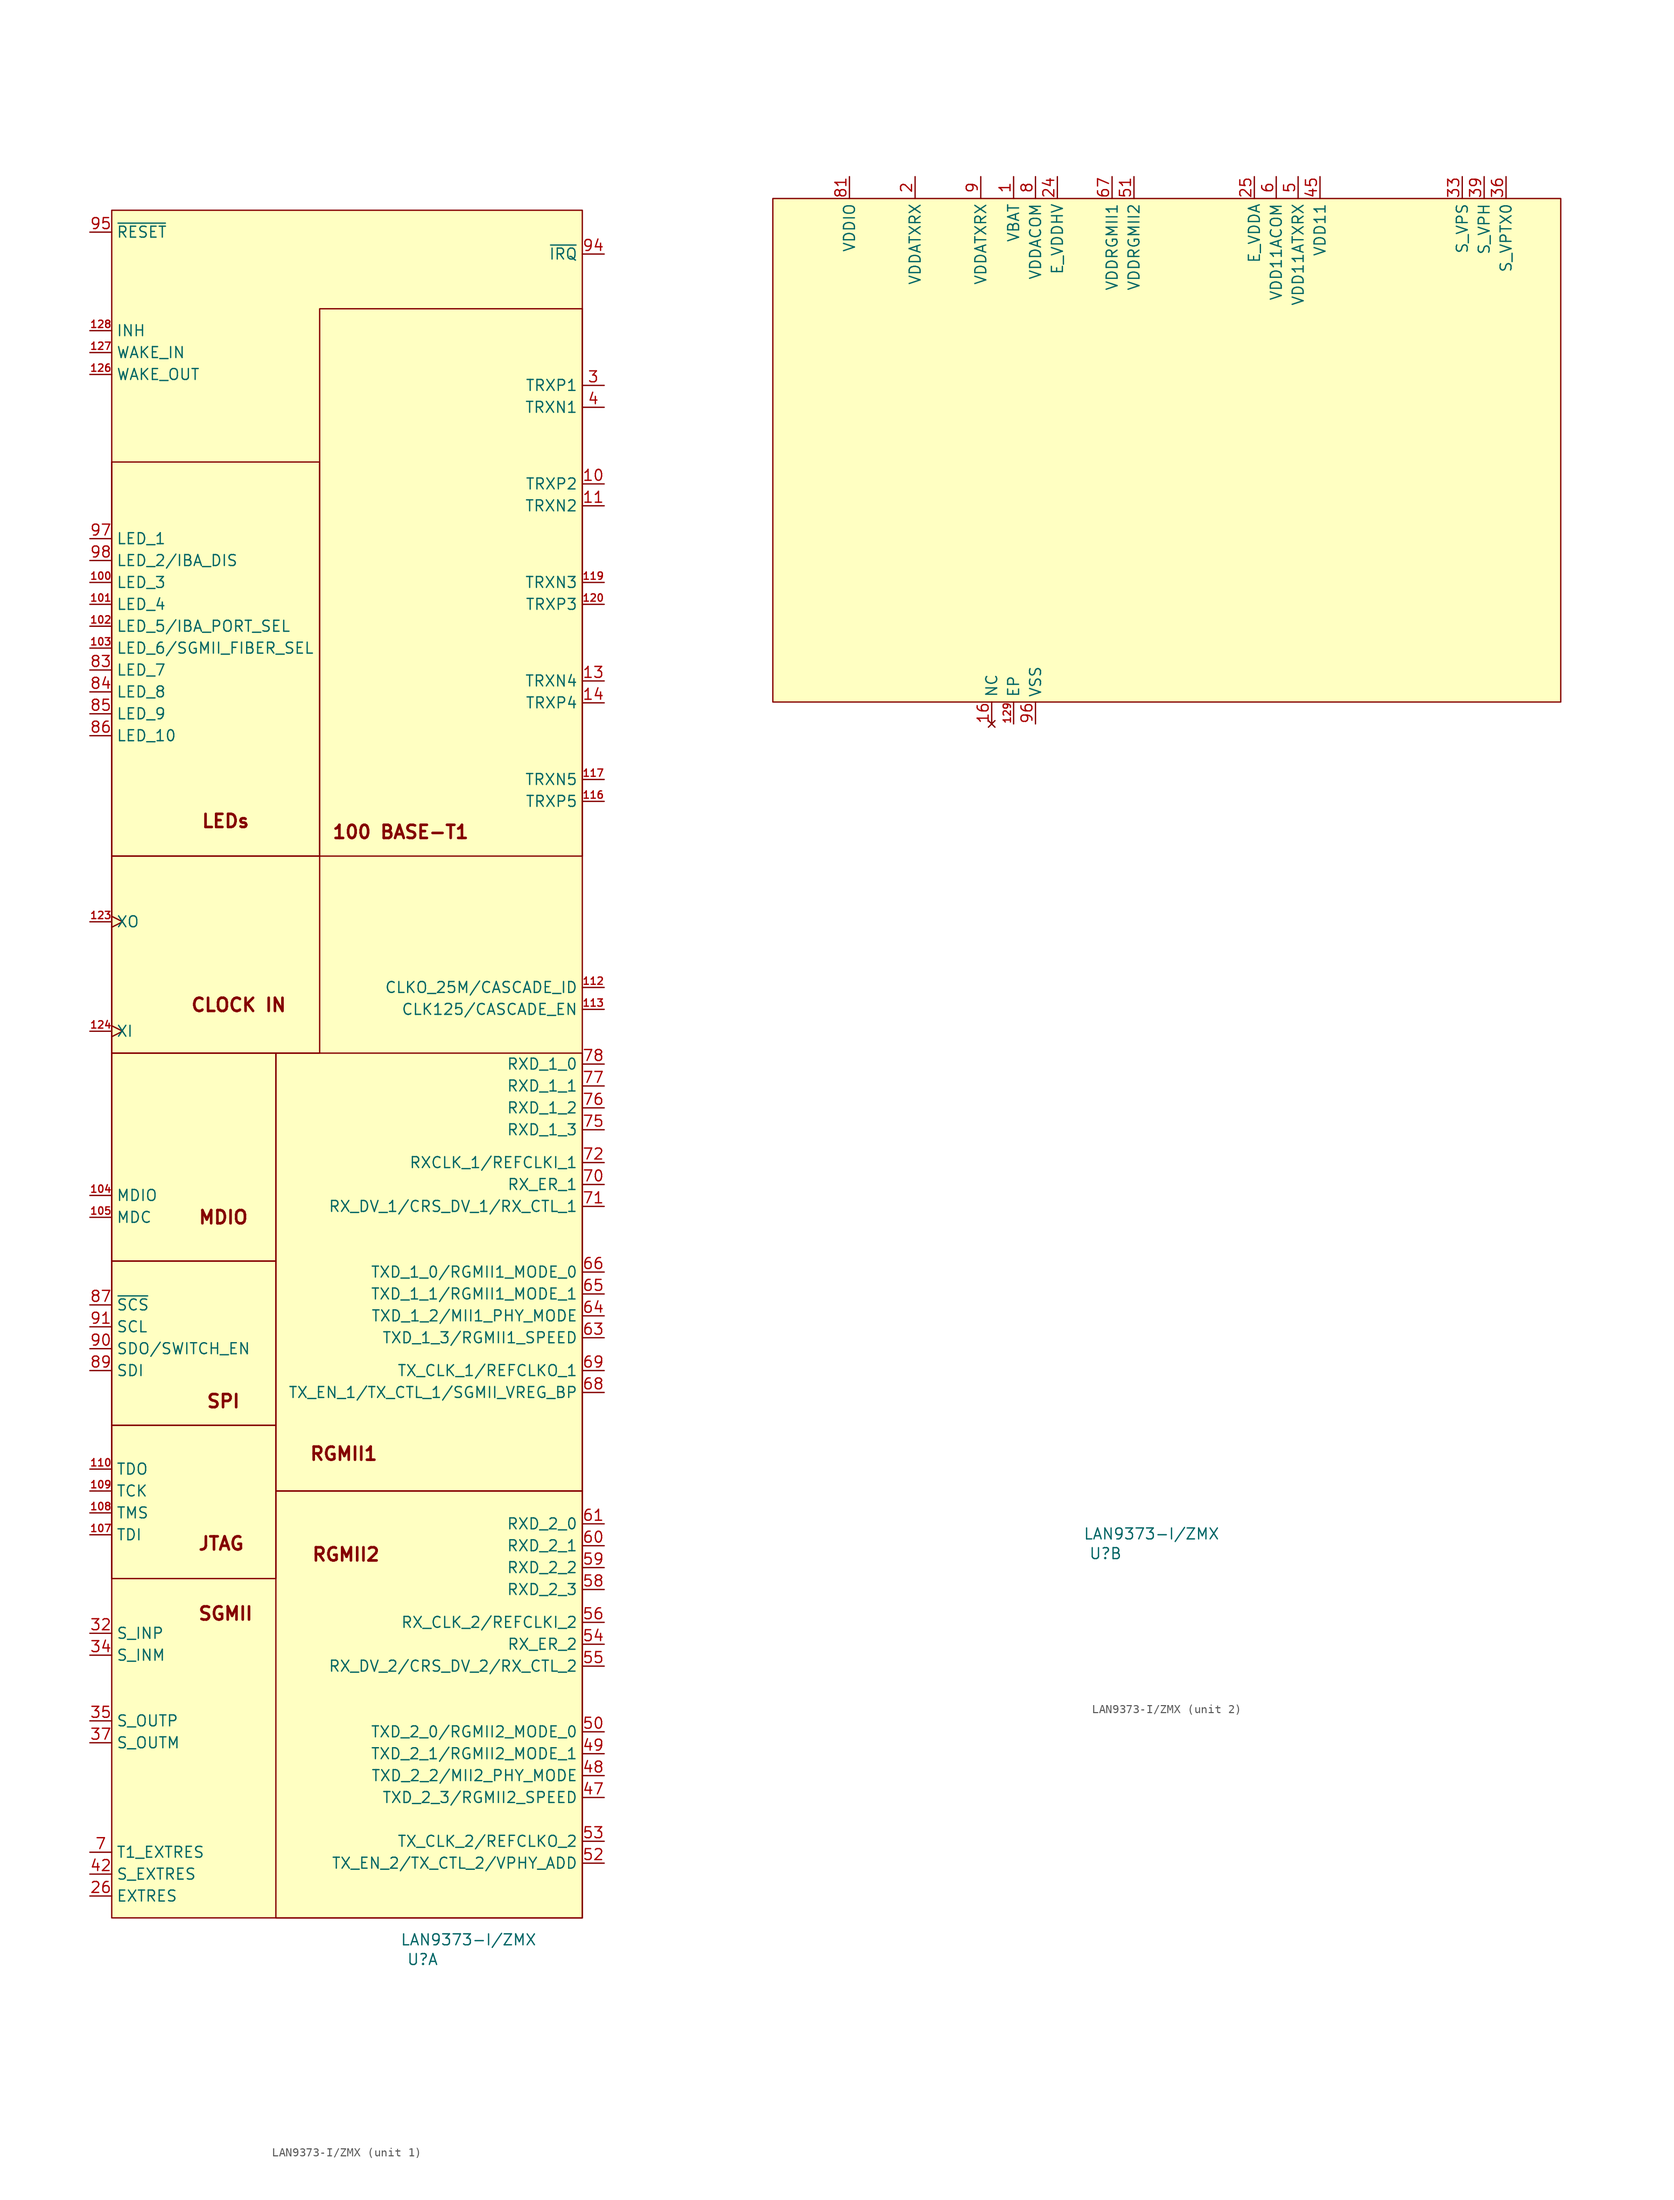
<source format=kicad_sym>
(kicad_symbol_lib
  (version 20241209)
  (generator "kicad_symbol_editor")
  (generator_version "9.0")
  (symbol "LAN9373-I/ZMX"
    (property "Reference" "U"
      (at 11.938 -135.636 0)
      (effects (font (size 1.27 1.27))))
    (property "Value" "LAN9373-I/ZMX"
      (at 17.272 -133.35 0)
      (effects (font (size 1.27 1.27))))
    (property "ki_locked" ""
      (at 0 0 0)
      (effects (font (size 1.27 1.27))))
    (symbol "LAN9373-I/ZMX_1_0"
      (rectangle (start -24.13 67.31) (end 30.48 -130.81) (stroke (width 0) (type solid)) (fill (type background)))
      (rectangle (start -24.13 38.1) (end 0 -7.62) (stroke (width 0) (type default)) (fill (type none)))
      (rectangle (start -24.13 -30.48) (end -5.08 -54.61) (stroke (width 0) (type default)) (fill (type none)))
      (rectangle (start -24.13 -54.61) (end -5.08 -73.66) (stroke (width 0) (type default)) (fill (type none)))
      (rectangle (start -24.13 -73.66) (end -24.13 -73.66) (stroke (width 0) (type default)) (fill (type none)))
      (rectangle (start -24.13 -73.66) (end -5.08 -91.44) (stroke (width 0) (type default)) (fill (type none)))
      (rectangle (start -5.08 -81.28) (end 30.48 -130.81) (stroke (width 0) (type default)) (fill (type none)))
      (rectangle (start 0 -7.62) (end -24.13 -30.48) (stroke (width 0) (type default)) (fill (type none)))
      (rectangle (start 30.48 55.88) (end 0 -7.62) (stroke (width 0) (type default)) (fill (type none)))
      (rectangle (start 30.48 -81.28) (end -5.08 -30.48) (stroke (width 0) (type default)) (fill (type none)))
      (pin input line (at -26.67 64.77 0) (length 2.54) (name "~{RESET}" (effects (font (size 1.27 1.27)))) (number "95" (effects (font (size 1.27 1.27)))))
      (pin output line (at -26.67 53.34 0) (length 2.54) (name "INH" (effects (font (size 1.27 1.27)))) (number "128" (effects (font (size 0.847 0.847)))))
      (pin input line (at -26.67 50.8 0) (length 2.54) (name "WAKE_IN" (effects (font (size 1.27 1.27)))) (number "127" (effects (font (size 0.847 0.847)))))
      (pin output line (at -26.67 48.26 0) (length 2.54) (name "WAKE_OUT" (effects (font (size 1.27 1.27)))) (number "126" (effects (font (size 0.847 0.847)))))
      (pin bidirectional line (at -26.67 29.21 0) (length 2.54) (name "LED_1" (effects (font (size 1.27 1.27)))) (number "97" (effects (font (size 1.27 1.27)))))
      (pin bidirectional line (at -26.67 26.67 0) (length 2.54) (name "LED_2/IBA_DIS" (effects (font (size 1.27 1.27)))) (number "98" (effects (font (size 1.27 1.27)))))
      (pin bidirectional line (at -26.67 24.13 0) (length 2.54) (name "LED_3" (effects (font (size 1.27 1.27)))) (number "100" (effects (font (size 0.847 0.847)))))
      (pin bidirectional line (at -26.67 21.59 0) (length 2.54) (name "LED_4" (effects (font (size 1.27 1.27)))) (number "101" (effects (font (size 0.847 0.847)))))
      (pin bidirectional line (at -26.67 19.05 0) (length 2.54) (name "LED_5/IBA_PORT_SEL" (effects (font (size 1.27 1.27)))) (number "102" (effects (font (size 0.847 0.847)))))
      (pin bidirectional line (at -26.67 16.51 0) (length 2.54) (name "LED_6/SGMII_FIBER_SEL" (effects (font (size 1.27 1.27)))) (number "103" (effects (font (size 0.847 0.847)))))
      (pin bidirectional line (at -26.67 13.97 0) (length 2.54) (name "LED_7" (effects (font (size 1.27 1.27)))) (number "83" (effects (font (size 1.27 1.27)))))
      (pin bidirectional line (at -26.67 11.43 0) (length 2.54) (name "LED_8" (effects (font (size 1.27 1.27)))) (number "84" (effects (font (size 1.27 1.27)))))
      (pin bidirectional line (at -26.67 8.89 0) (length 2.54) (name "LED_9" (effects (font (size 1.27 1.27)))) (number "85" (effects (font (size 1.27 1.27)))))
      (pin bidirectional line (at -26.67 6.35 0) (length 2.54) (name "LED_10" (effects (font (size 1.27 1.27)))) (number "86" (effects (font (size 1.27 1.27)))))
      (pin output clock (at -26.67 -15.24 0) (length 2.54) (name "XO" (effects (font (size 1.27 1.27)))) (number "123" (effects (font (size 0.847 0.847)))))
      (pin input clock (at -26.67 -27.94 0) (length 2.54) (name "XI" (effects (font (size 1.27 1.27)))) (number "124" (effects (font (size 0.847 0.847)))))
      (pin bidirectional line (at -26.67 -46.99 0) (length 2.54) (name "MDIO" (effects (font (size 1.27 1.27)))) (number "104" (effects (font (size 0.847 0.847)))))
      (pin input line (at -26.67 -49.53 0) (length 2.54) (name "MDC" (effects (font (size 1.27 1.27)))) (number "105" (effects (font (size 0.847 0.847)))))
      (pin input line (at -26.67 -59.69 0) (length 2.54) (name "~{SCS}" (effects (font (size 1.27 1.27)))) (number "87" (effects (font (size 1.27 1.27)))))
      (pin input line (at -26.67 -62.23 0) (length 2.54) (name "SCL" (effects (font (size 1.27 1.27)))) (number "91" (effects (font (size 1.27 1.27)))))
      (pin output line (at -26.67 -64.77 0) (length 2.54) (name "SDO/SWITCH_EN" (effects (font (size 1.27 1.27)))) (number "90" (effects (font (size 1.27 1.27)))))
      (pin input line (at -26.67 -67.31 0) (length 2.54) (name "SDI" (effects (font (size 1.27 1.27)))) (number "89" (effects (font (size 1.27 1.27)))))
      (pin output line (at -26.67 -78.74 0) (length 2.54) (name "TDO" (effects (font (size 1.27 1.27)))) (number "110" (effects (font (size 0.847 0.847)))))
      (pin input line (at -26.67 -81.28 0) (length 2.54) (name "TCK" (effects (font (size 1.27 1.27)))) (number "109" (effects (font (size 0.847 0.847)))))
      (pin input line (at -26.67 -83.82 0) (length 2.54) (name "TMS" (effects (font (size 1.27 1.27)))) (number "108" (effects (font (size 0.847 0.847)))))
      (pin input line (at -26.67 -86.36 0) (length 2.54) (name "TDI" (effects (font (size 1.27 1.27)))) (number "107" (effects (font (size 0.847 0.847)))))
      (pin input line (at -26.67 -97.79 0) (length 2.54) (name "S_INP" (effects (font (size 1.27 1.27)))) (number "32" (effects (font (size 1.27 1.27)))))
      (pin input line (at -26.67 -100.33 0) (length 2.54) (name "S_INM" (effects (font (size 1.27 1.27)))) (number "34" (effects (font (size 1.27 1.27)))))
      (pin output line (at -26.67 -107.95 0) (length 2.54) (name "S_OUTP" (effects (font (size 1.27 1.27)))) (number "35" (effects (font (size 1.27 1.27)))))
      (pin output line (at -26.67 -110.49 0) (length 2.54) (name "S_OUTM" (effects (font (size 1.27 1.27)))) (number "37" (effects (font (size 1.27 1.27)))))
      (pin unspecified line (at -26.67 -123.19 0) (length 2.54) (name "T1_EXTRES" (effects (font (size 1.27 1.27)))) (number "7" (effects (font (size 1.27 1.27)))))
      (pin passive line (at -26.67 -125.73 0) (length 2.54) (name "S_EXTRES" (effects (font (size 1.27 1.27)))) (number "42" (effects (font (size 1.27 1.27)))))
      (pin passive line (at -26.67 -128.27 0) (length 2.54) (name "EXTRES" (effects (font (size 1.27 1.27)))) (number "26" (effects (font (size 1.27 1.27)))))
      (pin output line (at 33.02 62.23 180) (length 2.54) (name "~{IRQ}" (effects (font (size 1.27 1.27)))) (number "94" (effects (font (size 1.27 1.27)))))
      (pin bidirectional line (at 33.02 46.99 180) (length 2.54) (name "TRXP1" (effects (font (size 1.27 1.27)))) (number "3" (effects (font (size 1.27 1.27)))))
      (pin bidirectional line (at 33.02 44.45 180) (length 2.54) (name "TRXN1" (effects (font (size 1.27 1.27)))) (number "4" (effects (font (size 1.27 1.27)))))
      (pin bidirectional line (at 33.02 35.56 180) (length 2.54) (name "TRXP2" (effects (font (size 1.27 1.27)))) (number "10" (effects (font (size 1.27 1.27)))))
      (pin bidirectional line (at 33.02 33.02 180) (length 2.54) (name "TRXN2" (effects (font (size 1.27 1.27)))) (number "11" (effects (font (size 1.27 1.27)))))
      (pin bidirectional line (at 33.02 24.13 180) (length 2.54) (name "TRXN3" (effects (font (size 1.27 1.27)))) (number "119" (effects (font (size 0.847 0.847)))))
      (pin bidirectional line (at 33.02 21.59 180) (length 2.54) (name "TRXP3" (effects (font (size 1.27 1.27)))) (number "120" (effects (font (size 0.847 0.847)))))
      (pin bidirectional line (at 33.02 12.7 180) (length 2.54) (name "TRXN4" (effects (font (size 1.27 1.27)))) (number "13" (effects (font (size 1.27 1.27)))))
      (pin bidirectional line (at 33.02 10.16 180) (length 2.54) (name "TRXP4" (effects (font (size 1.27 1.27)))) (number "14" (effects (font (size 1.27 1.27)))))
      (pin bidirectional line (at 33.02 1.27 180) (length 2.54) (name "TRXN5" (effects (font (size 1.27 1.27)))) (number "117" (effects (font (size 0.847 0.847)))))
      (pin bidirectional line (at 33.02 -1.27 180) (length 2.54) (name "TRXP5" (effects (font (size 1.27 1.27)))) (number "116" (effects (font (size 0.847 0.847)))))
      (pin output line (at 33.02 -22.86 180) (length 2.54) (name "CLKO_25M/CASCADE_ID" (effects (font (size 1.27 1.27)))) (number "112" (effects (font (size 0.847 0.847)))))
      (pin output line (at 33.02 -25.4 180) (length 2.54) (name "CLK125/CASCADE_EN" (effects (font (size 1.27 1.27)))) (number "113" (effects (font (size 0.847 0.847)))))
      (pin unspecified line (at 33.02 -31.75 180) (length 2.54) (name "RXD_1_0" (effects (font (size 1.27 1.27)))) (number "78" (effects (font (size 1.27 1.27)))))
      (pin unspecified line (at 33.02 -34.29 180) (length 2.54) (name "RXD_1_1" (effects (font (size 1.27 1.27)))) (number "77" (effects (font (size 1.27 1.27)))))
      (pin unspecified line (at 33.02 -36.83 180) (length 2.54) (name "RXD_1_2" (effects (font (size 1.27 1.27)))) (number "76" (effects (font (size 1.27 1.27)))))
      (pin unspecified line (at 33.02 -39.37 180) (length 2.54) (name "RXD_1_3" (effects (font (size 1.27 1.27)))) (number "75" (effects (font (size 1.27 1.27)))))
      (pin unspecified line (at 33.02 -43.18 180) (length 2.54) (name "RXCLK_1/REFCLKI_1" (effects (font (size 1.27 1.27)))) (number "72" (effects (font (size 1.27 1.27)))))
      (pin unspecified line (at 33.02 -45.72 180) (length 2.54) (name "RX_ER_1" (effects (font (size 1.27 1.27)))) (number "70" (effects (font (size 1.27 1.27)))))
      (pin unspecified line (at 33.02 -48.26 180) (length 2.54) (name "RX_DV_1/CRS_DV_1/RX_CTL_1" (effects (font (size 1.27 1.27)))) (number "71" (effects (font (size 1.27 1.27)))))
      (pin unspecified line (at 33.02 -55.88 180) (length 2.54) (name "TXD_1_0/RGMII1_MODE_0" (effects (font (size 1.27 1.27)))) (number "66" (effects (font (size 1.27 1.27)))))
      (pin unspecified line (at 33.02 -58.42 180) (length 2.54) (name "TXD_1_1/RGMII1_MODE_1" (effects (font (size 1.27 1.27)))) (number "65" (effects (font (size 1.27 1.27)))))
      (pin unspecified line (at 33.02 -60.96 180) (length 2.54) (name "TXD_1_2/MII1_PHY_MODE" (effects (font (size 1.27 1.27)))) (number "64" (effects (font (size 1.27 1.27)))))
      (pin unspecified line (at 33.02 -63.5 180) (length 2.54) (name "TXD_1_3/RGMII1_SPEED" (effects (font (size 1.27 1.27)))) (number "63" (effects (font (size 1.27 1.27)))))
      (pin unspecified line (at 33.02 -67.31 180) (length 2.54) (name "TX_CLK_1/REFCLKO_1" (effects (font (size 1.27 1.27)))) (number "69" (effects (font (size 1.27 1.27)))))
      (pin unspecified line (at 33.02 -69.85 180) (length 2.54) (name "TX_EN_1/TX_CTL_1/SGMII_VREG_BP" (effects (font (size 1.27 1.27)))) (number "68" (effects (font (size 1.27 1.27)))))
      (pin unspecified line (at 33.02 -85.09 180) (length 2.54) (name "RXD_2_0" (effects (font (size 1.27 1.27)))) (number "61" (effects (font (size 1.27 1.27)))))
      (pin unspecified line (at 33.02 -87.63 180) (length 2.54) (name "RXD_2_1" (effects (font (size 1.27 1.27)))) (number "60" (effects (font (size 1.27 1.27)))))
      (pin unspecified line (at 33.02 -90.17 180) (length 2.54) (name "RXD_2_2" (effects (font (size 1.27 1.27)))) (number "59" (effects (font (size 1.27 1.27)))))
      (pin unspecified line (at 33.02 -92.71 180) (length 2.54) (name "RXD_2_3" (effects (font (size 1.27 1.27)))) (number "58" (effects (font (size 1.27 1.27)))))
      (pin unspecified line (at 33.02 -96.52 180) (length 2.54) (name "RX_CLK_2/REFCLKI_2" (effects (font (size 1.27 1.27)))) (number "56" (effects (font (size 1.27 1.27)))))
      (pin unspecified line (at 33.02 -99.06 180) (length 2.54) (name "RX_ER_2" (effects (font (size 1.27 1.27)))) (number "54" (effects (font (size 1.27 1.27)))))
      (pin unspecified line (at 33.02 -101.6 180) (length 2.54) (name "RX_DV_2/CRS_DV_2/RX_CTL_2" (effects (font (size 1.27 1.27)))) (number "55" (effects (font (size 1.27 1.27)))))
      (pin unspecified line (at 33.02 -109.22 180) (length 2.54) (name "TXD_2_0/RGMII2_MODE_0" (effects (font (size 1.27 1.27)))) (number "50" (effects (font (size 1.27 1.27)))))
      (pin unspecified line (at 33.02 -111.76 180) (length 2.54) (name "TXD_2_1/RGMII2_MODE_1" (effects (font (size 1.27 1.27)))) (number "49" (effects (font (size 1.27 1.27)))))
      (pin unspecified line (at 33.02 -114.3 180) (length 2.54) (name "TXD_2_2/MII2_PHY_MODE" (effects (font (size 1.27 1.27)))) (number "48" (effects (font (size 1.27 1.27)))))
      (pin unspecified line (at 33.02 -116.84 180) (length 2.54) (name "TXD_2_3/RGMII2_SPEED" (effects (font (size 1.27 1.27)))) (number "47" (effects (font (size 1.27 1.27)))))
      (pin unspecified line (at 33.02 -121.92 180) (length 2.54) (name "TX_CLK_2/REFCLKO_2" (effects (font (size 1.27 1.27)))) (number "53" (effects (font (size 1.27 1.27)))))
      (pin unspecified line (at 33.02 -124.46 180) (length 2.54) (name "TX_EN_2/TX_CTL_2/VPHY_ADD" (effects (font (size 1.27 1.27)))) (number "52" (effects (font (size 1.27 1.27))))))
    (symbol "LAN9373-I/ZMX_1_1"
      (text "JTAG" (at -11.43 -87.376 0) (effects (font (size 1.524 1.524) (thickness 0.305) (bold yes))))
      (text "MDIO" (at -11.176 -49.53 0) (effects (font (size 1.524 1.524) (thickness 0.305) (bold yes))))
      (text "SPI" (at -11.176 -70.866 0) (effects (font (size 1.524 1.524) (thickness 0.305) (bold yes))))
      (text "LEDs" (at -10.922 -3.556 0) (effects (font (size 1.524 1.524) (thickness 0.305) (bold yes))))
      (text "SGMII" (at -10.922 -95.504 0) (effects (font (size 1.524 1.524) (thickness 0.305) (bold yes))))
      (text "CLOCK IN" (at -9.398 -24.892 0) (effects (font (size 1.524 1.524) (thickness 0.305) (bold yes))))
      (text "RGMII1" (at 2.794 -76.962 0) (effects (font (size 1.524 1.524) (thickness 0.305) (bold yes))))
      (text "RGMII2" (at 3.048 -88.646 0) (effects (font (size 1.524 1.524) (thickness 0.305) (bold yes))))
      (text "100 BASE-T1" (at 9.398 -4.826 0) (effects (font (size 1.524 1.524) (thickness 0.305) (bold yes)))))
    (symbol "LAN9373-I/ZMX_2_0"
      (rectangle (start -26.67 21.59) (end 64.77 -36.83) (stroke (width 0) (type solid)) (fill (type background)))
      (pin power_in line (at -17.78 24.13 270) (length 2.54) (hide yes) (name "VDDIO" (effects (font (size 1.27 1.27)))) (number "106" (effects (font (size 0.847 0.847)))))
      (pin power_in line (at -17.78 24.13 270) (length 2.54) (hide yes) (name "VDDIO" (effects (font (size 1.27 1.27)))) (number "114" (effects (font (size 0.847 0.847)))))
      (pin power_in line (at -17.78 24.13 270) (length 2.54) (name "VDDIO" (effects (font (size 1.27 1.27)))) (number "81" (effects (font (size 1.27 1.27)))))
      (pin power_in line (at -17.78 24.13 270) (length 2.54) (hide yes) (name "VDDIO" (effects (font (size 1.27 1.27)))) (number "93" (effects (font (size 1.27 1.27)))))
      (pin unspecified line (at -17.78 24.13 270) (length 2.54) (hide yes) (name "VDDIO" (effects (font (size 1.27 1.27)))) (number "99" (effects (font (size 1.27 1.27)))))
      (pin power_in line (at -10.16 24.13 270) (length 2.54) (hide yes) (name "VDDATXRX" (effects (font (size 1.27 1.27)))) (number "115" (effects (font (size 0.847 0.847)))))
      (pin power_in line (at -10.16 24.13 270) (length 2.54) (hide yes) (name "VDDATXRX" (effects (font (size 1.27 1.27)))) (number "121" (effects (font (size 0.847 0.847)))))
      (pin power_in line (at -10.16 24.13 270) (length 2.54) (hide yes) (name "VDDATXRX" (effects (font (size 1.27 1.27)))) (number "15" (effects (font (size 1.27 1.27)))))
      (pin power_in line (at -10.16 24.13 270) (length 2.54) (name "VDDATXRX" (effects (font (size 1.27 1.27)))) (number "2" (effects (font (size 1.27 1.27)))))
      (pin power_in line (at -2.54 24.13 270) (length 2.54) (name "VDDATXRX" (effects (font (size 1.27 1.27)))) (number "9" (effects (font (size 1.27 1.27)))))
      (pin no_connect line (at -1.27 -39.37 90) (length 2.54) (hide yes) (name "NC" (effects (font (size 1.27 1.27)))) (number "111" (effects (font (size 0.847 0.847)))))
      (pin no_connect line (at -1.27 -39.37 90) (length 2.54) (hide yes) (name "NC" (effects (font (size 1.27 1.27)))) (number "125" (effects (font (size 0.847 0.847)))))
      (pin no_connect line (at -1.27 -39.37 90) (length 2.54) (name "NC" (effects (font (size 1.27 1.27)))) (number "16" (effects (font (size 1.27 1.27)))))
      (pin no_connect line (at -1.27 -39.37 90) (length 2.54) (hide yes) (name "NC" (effects (font (size 1.27 1.27)))) (number "17" (effects (font (size 1.27 1.27)))))
      (pin no_connect line (at -1.27 -39.37 90) (length 2.54) (hide yes) (name "NC" (effects (font (size 1.27 1.27)))) (number "18" (effects (font (size 1.27 1.27)))))
      (pin no_connect line (at -1.27 -39.37 90) (length 2.54) (hide yes) (name "NC" (effects (font (size 1.27 1.27)))) (number "19" (effects (font (size 1.27 1.27)))))
      (pin no_connect line (at -1.27 -39.37 90) (length 2.54) (hide yes) (name "NC" (effects (font (size 1.27 1.27)))) (number "20" (effects (font (size 1.27 1.27)))))
      (pin no_connect line (at -1.27 -39.37 90) (length 2.54) (hide yes) (name "NC" (effects (font (size 1.27 1.27)))) (number "21" (effects (font (size 1.27 1.27)))))
      (pin no_connect line (at -1.27 -39.37 90) (length 2.54) (hide yes) (name "NC" (effects (font (size 1.27 1.27)))) (number "22" (effects (font (size 1.27 1.27)))))
      (pin no_connect line (at -1.27 -39.37 90) (length 2.54) (hide yes) (name "NC" (effects (font (size 1.27 1.27)))) (number "23" (effects (font (size 1.27 1.27)))))
      (pin no_connect line (at -1.27 -39.37 90) (length 2.54) (hide yes) (name "NC" (effects (font (size 1.27 1.27)))) (number "27" (effects (font (size 1.27 1.27)))))
      (pin no_connect line (at -1.27 -39.37 90) (length 2.54) (hide yes) (name "NC" (effects (font (size 1.27 1.27)))) (number "28" (effects (font (size 1.27 1.27)))))
      (pin no_connect line (at -1.27 -39.37 90) (length 2.54) (hide yes) (name "NC" (effects (font (size 1.27 1.27)))) (number "29" (effects (font (size 1.27 1.27)))))
      (pin no_connect line (at -1.27 -39.37 90) (length 2.54) (hide yes) (name "NC" (effects (font (size 1.27 1.27)))) (number "30" (effects (font (size 1.27 1.27)))))
      (pin no_connect line (at -1.27 -39.37 90) (length 2.54) (hide yes) (name "NC" (effects (font (size 1.27 1.27)))) (number "31" (effects (font (size 1.27 1.27)))))
      (pin no_connect line (at -1.27 -39.37 90) (length 2.54) (hide yes) (name "NC" (effects (font (size 1.27 1.27)))) (number "38" (effects (font (size 1.27 1.27)))))
      (pin no_connect line (at -1.27 -39.37 90) (length 2.54) (hide yes) (name "NC" (effects (font (size 1.27 1.27)))) (number "40" (effects (font (size 1.27 1.27)))))
      (pin no_connect line (at -1.27 -39.37 90) (length 2.54) (hide yes) (name "NC" (effects (font (size 1.27 1.27)))) (number "43" (effects (font (size 1.27 1.27)))))
      (pin no_connect line (at -1.27 -39.37 90) (length 2.54) (hide yes) (name "NC" (effects (font (size 1.27 1.27)))) (number "44" (effects (font (size 1.27 1.27)))))
      (pin no_connect line (at -1.27 -39.37 90) (length 2.54) (hide yes) (name "NC" (effects (font (size 1.27 1.27)))) (number "46" (effects (font (size 1.27 1.27)))))
      (pin no_connect line (at -1.27 -39.37 90) (length 2.54) (hide yes) (name "NC" (effects (font (size 1.27 1.27)))) (number "80" (effects (font (size 1.27 1.27)))))
      (pin no_connect line (at -1.27 -39.37 90) (length 2.54) (hide yes) (name "NC" (effects (font (size 1.27 1.27)))) (number "82" (effects (font (size 1.27 1.27)))))
      (pin no_connect line (at -1.27 -39.37 90) (length 2.54) (hide yes) (name "NC" (effects (font (size 1.27 1.27)))) (number "92" (effects (font (size 1.27 1.27)))))
      (pin power_in line (at 1.27 24.13 270) (length 2.54) (name "VBAT" (effects (font (size 1.27 1.27)))) (number "1" (effects (font (size 1.27 1.27)))))
      (pin power_in line (at 1.27 -39.37 90) (length 2.54) (name "EP" (effects (font (size 1.27 1.27)))) (number "129" (effects (font (size 0.847 0.847)))))
      (pin power_in line (at 3.81 24.13 270) (length 2.54) (name "VDDACOM" (effects (font (size 1.27 1.27)))) (number "8" (effects (font (size 1.27 1.27)))))
      (pin power_in line (at 3.81 -39.37 90) (length 2.54) (name "VSS" (effects (font (size 1.27 1.27)))) (number "96" (effects (font (size 1.27 1.27)))))
      (pin power_in line (at 6.35 24.13 270) (length 2.54) (name "E_VDDHV" (effects (font (size 1.27 1.27)))) (number "24" (effects (font (size 1.27 1.27)))))
      (pin power_in line (at 12.7 24.13 270) (length 2.54) (name "VDDRGMII1" (effects (font (size 1.27 1.27)))) (number "67" (effects (font (size 1.27 1.27)))))
      (pin power_in line (at 12.7 24.13 270) (length 2.54) (hide yes) (name "VDDRGMII1" (effects (font (size 1.27 1.27)))) (number "74" (effects (font (size 1.27 1.27)))))
      (pin power_in line (at 12.7 24.13 270) (length 2.54) (hide yes) (name "VDDRGMII1" (effects (font (size 1.27 1.27)))) (number "79" (effects (font (size 1.27 1.27)))))
      (pin power_in line (at 15.24 24.13 270) (length 2.54) (name "VDDRGMII2" (effects (font (size 1.27 1.27)))) (number "51" (effects (font (size 1.27 1.27)))))
      (pin power_in line (at 15.24 24.13 270) (length 2.54) (hide yes) (name "VDDRGMII2" (effects (font (size 1.27 1.27)))) (number "57" (effects (font (size 1.27 1.27)))))
      (pin power_in line (at 15.24 24.13 270) (length 2.54) (hide yes) (name "VDDRGMII2" (effects (font (size 1.27 1.27)))) (number "62" (effects (font (size 1.27 1.27)))))
      (pin power_in line (at 29.21 24.13 270) (length 2.54) (name "E_VDDA" (effects (font (size 1.27 1.27)))) (number "25" (effects (font (size 1.27 1.27)))))
      (pin power_in line (at 31.75 24.13 270) (length 2.54) (name "VDD11ACOM" (effects (font (size 1.27 1.27)))) (number "6" (effects (font (size 1.27 1.27)))))
      (pin power_in line (at 34.29 24.13 270) (length 2.54) (hide yes) (name "VDD11ATXRX" (effects (font (size 1.27 1.27)))) (number "118" (effects (font (size 0.847 0.847)))))
      (pin power_in line (at 34.29 24.13 270) (length 2.54) (hide yes) (name "VDD11ATXRX" (effects (font (size 1.27 1.27)))) (number "12" (effects (font (size 1.27 1.27)))))
      (pin power_in line (at 34.29 24.13 270) (length 2.54) (name "VDD11ATXRX" (effects (font (size 1.27 1.27)))) (number "5" (effects (font (size 1.27 1.27)))))
      (pin power_in line (at 36.83 24.13 270) (length 2.54) (hide yes) (name "VDD11" (effects (font (size 1.27 1.27)))) (number "122" (effects (font (size 0.847 0.847)))))
      (pin power_in line (at 36.83 24.13 270) (length 2.54) (name "VDD11" (effects (font (size 1.27 1.27)))) (number "45" (effects (font (size 1.27 1.27)))))
      (pin unspecified line (at 36.83 24.13 270) (length 2.54) (hide yes) (name "VDD11" (effects (font (size 1.27 1.27)))) (number "73" (effects (font (size 1.27 1.27)))))
      (pin power_in line (at 36.83 24.13 270) (length 2.54) (hide yes) (name "VDD11" (effects (font (size 1.27 1.27)))) (number "88" (effects (font (size 1.27 1.27)))))
      (pin power_in line (at 53.34 24.13 270) (length 2.54) (name "S_VPS" (effects (font (size 1.27 1.27)))) (number "33" (effects (font (size 1.27 1.27)))))
      (pin power_in line (at 55.88 24.13 270) (length 2.54) (name "S_VPH" (effects (font (size 1.27 1.27)))) (number "39" (effects (font (size 1.27 1.27)))))
      (pin power_in line (at 55.88 24.13 270) (length 2.54) (hide yes) (name "S_VPH" (effects (font (size 1.27 1.27)))) (number "41" (effects (font (size 1.27 1.27)))))
      (pin power_in line (at 58.42 24.13 270) (length 2.54) (name "S_VPTX0" (effects (font (size 1.27 1.27)))) (number "36" (effects (font (size 1.27 1.27))))))))
</source>
